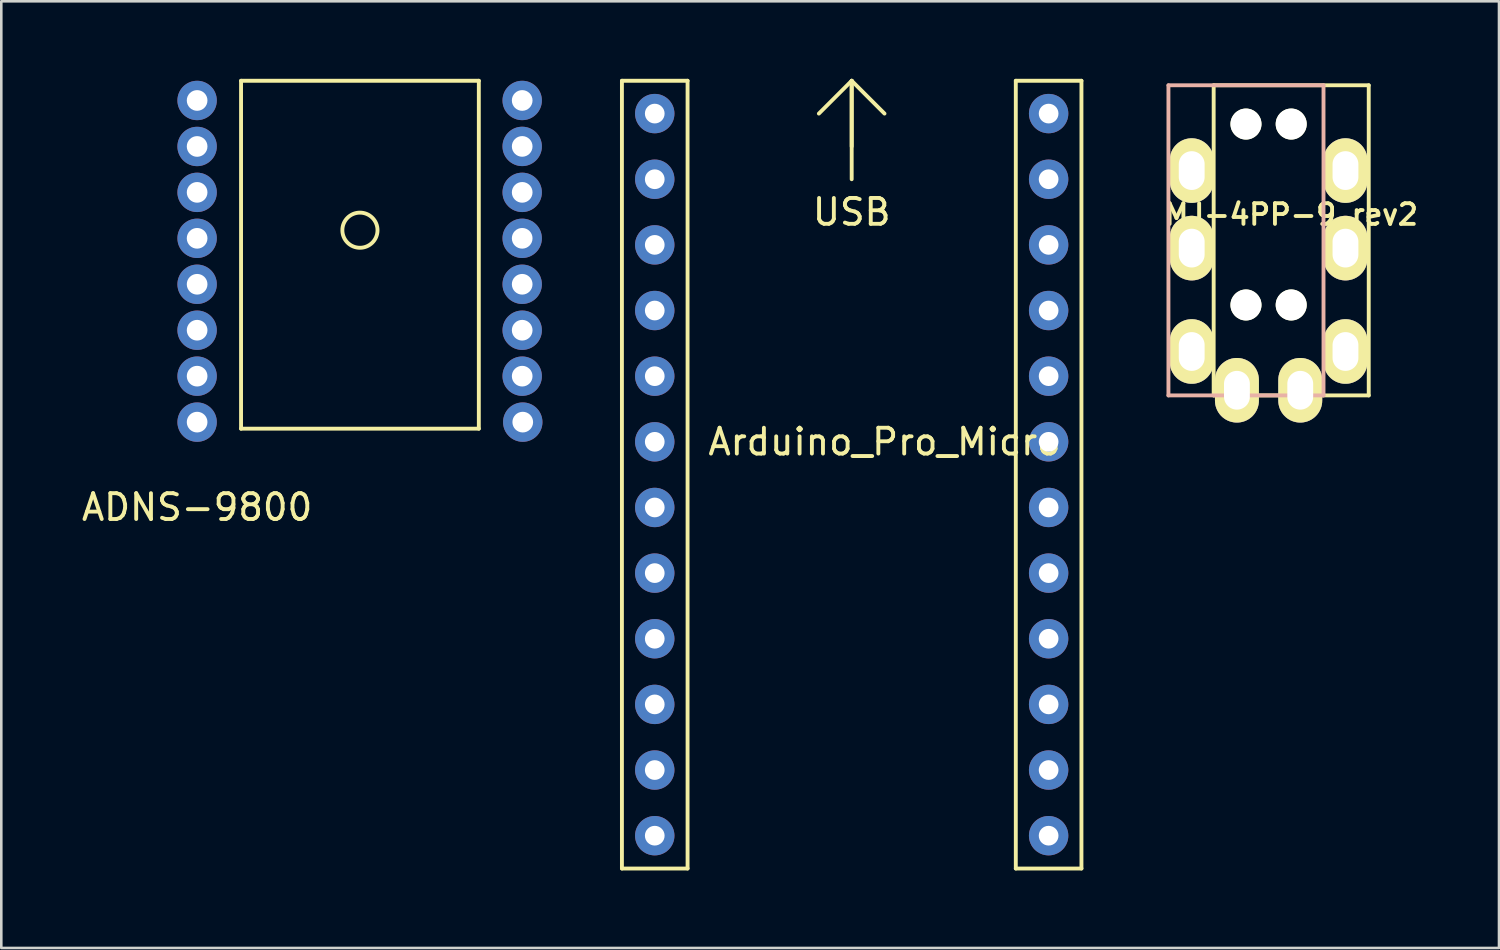
<source format=kicad_pcb>
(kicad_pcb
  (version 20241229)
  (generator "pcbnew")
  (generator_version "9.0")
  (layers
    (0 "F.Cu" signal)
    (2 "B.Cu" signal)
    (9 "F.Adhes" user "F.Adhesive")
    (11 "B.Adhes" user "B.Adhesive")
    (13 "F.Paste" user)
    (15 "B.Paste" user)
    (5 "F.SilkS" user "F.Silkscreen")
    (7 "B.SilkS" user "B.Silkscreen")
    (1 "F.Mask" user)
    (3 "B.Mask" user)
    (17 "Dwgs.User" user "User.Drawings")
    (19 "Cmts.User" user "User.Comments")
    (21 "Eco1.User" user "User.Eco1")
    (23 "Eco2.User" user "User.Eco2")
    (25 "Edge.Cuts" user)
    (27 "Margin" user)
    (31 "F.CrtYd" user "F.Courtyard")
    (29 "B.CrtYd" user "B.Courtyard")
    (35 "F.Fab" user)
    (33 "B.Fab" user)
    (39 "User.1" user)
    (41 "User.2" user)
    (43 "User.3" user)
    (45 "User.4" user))
  (footprint "ADNS-9800"
    (layer "F.Cu")
    (at 4.577 0.837)
    (property "Reference" "ADNS-9800" (at 0 15.74 0) (layer "F.SilkS") (effects (font (size 1 1) (thickness 0.15))))
    (attr through_hole)
    (fp_line (start 1.7 -0.762) (end 10.9 -0.762) (stroke (width 0.15) (type solid)) (layer "F.SilkS"))
    (fp_line (start 1.7 12.7) (end 1.7 -0.762) (stroke (width 0.15) (type solid)) (layer "F.SilkS"))
    (fp_line (start 10.9 -0.762) (end 10.9 12.7) (stroke (width 0.15) (type solid)) (layer "F.SilkS"))
    (fp_line (start 10.9 12.7) (end 1.7 12.7) (stroke (width 0.15) (type solid)) (layer "F.SilkS"))
    (fp_circle (center 6.3 5.02) (end 6.3 5.7) (stroke (width 0.15) (type solid)) (fill no) (layer "F.SilkS"))
    (pad "1" thru_hole circle (at 0 0) (size 1.524 1.524) (drill 0.8) (layers "*.Cu" "*.Mask"))
    (pad "2" thru_hole circle (at 0 1.78) (size 1.524 1.524) (drill 0.8) (layers "*.Cu" "*.Mask"))
    (pad "3" thru_hole circle (at 0 3.556) (size 1.524 1.524) (drill 0.8) (layers "*.Cu" "*.Mask"))
    (pad "4" thru_hole circle (at 0 5.334) (size 1.524 1.524) (drill 0.8) (layers "*.Cu" "*.Mask"))
    (pad "5" thru_hole circle (at 0 7.112) (size 1.524 1.524) (drill 0.8) (layers "*.Cu" "*.Mask"))
    (pad "6" thru_hole circle (at 0 8.89) (size 1.524 1.524) (drill 0.8) (layers "*.Cu" "*.Mask"))
    (pad "7" thru_hole circle (at 0 10.668) (size 1.524 1.524) (drill 0.8) (layers "*.Cu" "*.Mask"))
    (pad "8" thru_hole circle (at 0 12.446) (size 1.524 1.524) (drill 0.8) (layers "*.Cu" "*.Mask"))
    (pad "9" thru_hole circle (at 12.6 12.446) (size 1.524 1.524) (drill 0.8) (layers "*.Cu" "*.Mask"))
    (pad "10" thru_hole circle (at 12.578 10.668) (size 1.524 1.524) (drill 0.8) (layers "*.Cu" "*.Mask"))
    (pad "11" thru_hole circle (at 12.578 8.89) (size 1.524 1.524) (drill 0.8) (layers "*.Cu" "*.Mask"))
    (pad "12" thru_hole circle (at 12.578 7.112) (size 1.524 1.524) (drill 0.8) (layers "*.Cu" "*.Mask"))
    (pad "13" thru_hole circle (at 12.578 5.334) (size 1.524 1.524) (drill 0.8) (layers "*.Cu" "*.Mask"))
    (pad "14" thru_hole circle (at 12.578 3.556) (size 1.524 1.524) (drill 0.8) (layers "*.Cu" "*.Mask"))
    (pad "15" thru_hole circle (at 12.578 1.778) (size 1.524 1.524) (drill 0.8) (layers "*.Cu" "*.Mask"))
    (pad "16" thru_hole circle (at 12.578 0) (size 1.524 1.524) (drill 0.8) (layers "*.Cu" "*.Mask")))
  (footprint "Arduino_Pro_Micro"
    (layer "F.Cu")
    (at 31.174 15.315)
    (property "Reference" "Arduino_Pro_Micro" (at 0 -1.27 0) (layer "F.SilkS") (effects (font (size 1 1) (thickness 0.15))))
    (attr through_hole)
    (fp_line (start -10.16 -15.24) (end -10.16 15.24) (stroke (width 0.15) (type solid)) (layer "F.SilkS"))
    (fp_line (start -10.16 15.24) (end -7.62 15.24) (stroke (width 0.15) (type solid)) (layer "F.SilkS"))
    (fp_line (start -7.62 -15.24) (end -10.16 -15.24) (stroke (width 0.15) (type solid)) (layer "F.SilkS"))
    (fp_line (start -7.62 15.24) (end -7.62 -15.24) (stroke (width 0.15) (type solid)) (layer "F.SilkS"))
    (fp_line (start -1.27 -15.24) (end -2.54 -13.97) (stroke (width 0.15) (type solid)) (layer "F.SilkS"))
    (fp_line (start -1.27 -15.24) (end -1.27 -12.7) (stroke (width 0.15) (type solid)) (layer "F.SilkS"))
    (fp_line (start -1.27 -15.24) (end 0 -13.97) (stroke (width 0.15) (type solid)) (layer "F.SilkS"))
    (fp_line (start -1.27 -11.43) (end -1.27 -15.24) (stroke (width 0.15) (type solid)) (layer "F.SilkS"))
    (fp_line (start 5.08 -15.24) (end 5.08 15.24) (stroke (width 0.15) (type solid)) (layer "F.SilkS"))
    (fp_line (start 5.08 15.24) (end 7.62 15.24) (stroke (width 0.15) (type solid)) (layer "F.SilkS"))
    (fp_line (start 7.62 -15.24) (end 5.08 -15.24) (stroke (width 0.15) (type solid)) (layer "F.SilkS"))
    (fp_line (start 7.62 15.24) (end 7.62 -15.24) (stroke (width 0.15) (type solid)) (layer "F.SilkS"))
    (fp_text user "USB" (at -1.27 -10.16 0) (layer "F.SilkS") (effects (font (size 1 1) (thickness 0.15))))
    (pad "1" thru_hole circle (at -8.89 -13.97) (size 1.524 1.524) (drill 0.762) (layers "*.Cu" "*.Mask"))
    (pad "2" thru_hole circle (at -8.89 -11.43) (size 1.524 1.524) (drill 0.762) (layers "*.Cu" "*.Mask"))
    (pad "3" thru_hole circle (at -8.89 -8.89) (size 1.524 1.524) (drill 0.762) (layers "*.Cu" "*.Mask"))
    (pad "4" thru_hole circle (at -8.89 -6.35) (size 1.524 1.524) (drill 0.762) (layers "*.Cu" "*.Mask"))
    (pad "5" thru_hole circle (at -8.89 -3.81) (size 1.524 1.524) (drill 0.762) (layers "*.Cu" "*.Mask"))
    (pad "6" thru_hole circle (at -8.89 -1.27) (size 1.524 1.524) (drill 0.762) (layers "*.Cu" "*.Mask"))
    (pad "7" thru_hole circle (at -8.89 1.27) (size 1.524 1.524) (drill 0.762) (layers "*.Cu" "*.Mask"))
    (pad "8" thru_hole circle (at -8.89 3.81) (size 1.524 1.524) (drill 0.762) (layers "*.Cu" "*.Mask"))
    (pad "9" thru_hole circle (at -8.89 6.35) (size 1.524 1.524) (drill 0.762) (layers "*.Cu" "*.Mask"))
    (pad "10" thru_hole circle (at -8.89 8.89) (size 1.524 1.524) (drill 0.762) (layers "*.Cu" "*.Mask"))
    (pad "11" thru_hole circle (at -8.89 11.43) (size 1.524 1.524) (drill 0.762) (layers "*.Cu" "*.Mask"))
    (pad "12" thru_hole circle (at -8.89 13.97) (size 1.524 1.524) (drill 0.762) (layers "*.Cu" "*.Mask"))
    (pad "13" thru_hole circle (at 6.35 13.97) (size 1.524 1.524) (drill 0.762) (layers "*.Cu" "*.Mask"))
    (pad "14" thru_hole circle (at 6.35 11.43) (size 1.524 1.524) (drill 0.762) (layers "*.Cu" "*.Mask"))
    (pad "15" thru_hole circle (at 6.35 8.89) (size 1.524 1.524) (drill 0.762) (layers "*.Cu" "*.Mask"))
    (pad "16" thru_hole circle (at 6.35 6.35) (size 1.524 1.524) (drill 0.762) (layers "*.Cu" "*.Mask"))
    (pad "17" thru_hole circle (at 6.35 3.81) (size 1.524 1.524) (drill 0.762) (layers "*.Cu" "*.Mask"))
    (pad "18" thru_hole circle (at 6.35 1.27) (size 1.524 1.524) (drill 0.762) (layers "*.Cu" "*.Mask"))
    (pad "19" thru_hole circle (at 6.35 -1.27) (size 1.524 1.524) (drill 0.762) (layers "*.Cu" "*.Mask"))
    (pad "20" thru_hole circle (at 6.35 -3.81) (size 1.524 1.524) (drill 0.762) (layers "*.Cu" "*.Mask"))
    (pad "21" thru_hole circle (at 6.35 -6.35) (size 1.524 1.524) (drill 0.762) (layers "*.Cu" "*.Mask"))
    (pad "22" thru_hole circle (at 6.35 -8.89) (size 1.524 1.524) (drill 0.762) (layers "*.Cu" "*.Mask"))
    (pad "23" thru_hole circle (at 6.35 -11.43) (size 1.524 1.524) (drill 0.762) (layers "*.Cu" "*.Mask"))
    (pad "24" thru_hole circle (at 6.35 -13.97) (size 1.524 1.524) (drill 0.762) (layers "*.Cu" "*.Mask")))
  (footprint "MJ-4PP-9_rev2"
    (layer "F.Cu")
    (at 46.91 0.25)
    (property "Reference" "MJ-4PP-9_rev2" (at 0 5 0) (layer "F.SilkS") (effects (font (size 0.8 0.8) (thickness 0.15))))
    (attr through_hole)
    (fp_line (start -3 0) (end 3 0) (stroke (width 0.15) (type solid)) (layer "F.SilkS"))
    (fp_line (start -3 12) (end -3 0) (stroke (width 0.15) (type solid)) (layer "F.SilkS"))
    (fp_line (start 3 0) (end 3 12) (stroke (width 0.15) (type solid)) (layer "F.SilkS"))
    (fp_line (start 3 12) (end -3 12) (stroke (width 0.15) (type solid)) (layer "F.SilkS"))
    (fp_line (start -4.75 0) (end 1.25 0) (stroke (width 0.15) (type solid)) (layer "B.SilkS"))
    (fp_line (start -4.75 12) (end -4.75 0) (stroke (width 0.15) (type solid)) (layer "B.SilkS"))
    (fp_line (start 1.25 0) (end 1.25 12) (stroke (width 0.15) (type solid)) (layer "B.SilkS"))
    (fp_line (start 1.25 12) (end -4.75 12) (stroke (width 0.15) (type solid)) (layer "B.SilkS"))
    (pad "" np_thru_hole circle (at -1.75 1.5) (size 1.2 1.2) (drill 1.2) (layers "*.Cu" "*.Mask" "F.SilkS"))
    (pad "" np_thru_hole circle (at -1.75 8.5) (size 1.2 1.2) (drill 1.2) (layers "*.Cu" "*.Mask" "F.SilkS"))
    (pad "" np_thru_hole circle (at 0 1.5) (size 1.2 1.2) (drill 1.2) (layers "*.Cu" "*.Mask" "F.SilkS"))
    (pad "" np_thru_hole circle (at 0 8.5) (size 1.2 1.2) (drill 1.2) (layers "*.Cu" "*.Mask" "F.SilkS"))
    (pad "1" thru_hole oval (at -2.1 11.8) (size 1.7 2.5) (drill oval 1 1.5) (layers "*.Cu" "*.Mask" "F.SilkS"))
    (pad "1" thru_hole oval (at 0.35 11.8) (size 1.7 2.5) (drill oval 1 1.5) (layers "*.Cu" "*.Mask" "F.SilkS"))
    (pad "2" thru_hole oval (at -3.85 10.3) (size 1.7 2.5) (drill oval 1 1.5) (layers "*.Cu" "*.Mask" "F.SilkS"))
    (pad "2" thru_hole oval (at 2.1 10.3) (size 1.7 2.5) (drill oval 1 1.5) (layers "*.Cu" "*.Mask" "F.SilkS"))
    (pad "3" thru_hole oval (at -3.85 6.3) (size 1.7 2.5) (drill oval 1 1.5) (layers "*.Cu" "*.Mask" "F.SilkS"))
    (pad "3" thru_hole oval (at 2.1 6.3) (size 1.7 2.5) (drill oval 1 1.5) (layers "*.Cu" "*.Mask" "F.SilkS"))
    (pad "4" thru_hole oval (at -3.85 3.3) (size 1.7 2.5) (drill oval 1 1.5) (layers "*.Cu" "*.Mask" "F.SilkS"))
    (pad "4" thru_hole oval (at 2.1 3.3) (size 1.7 2.5) (drill oval 1 1.5) (layers "*.Cu" "*.Mask" "F.SilkS")))
  (gr_rect
    (start -3 -3)
    (end 54.95 33.63)
    (stroke (width 0.1) (type default))
    (fill no)
    (layer "Edge.Cuts")))
</source>
